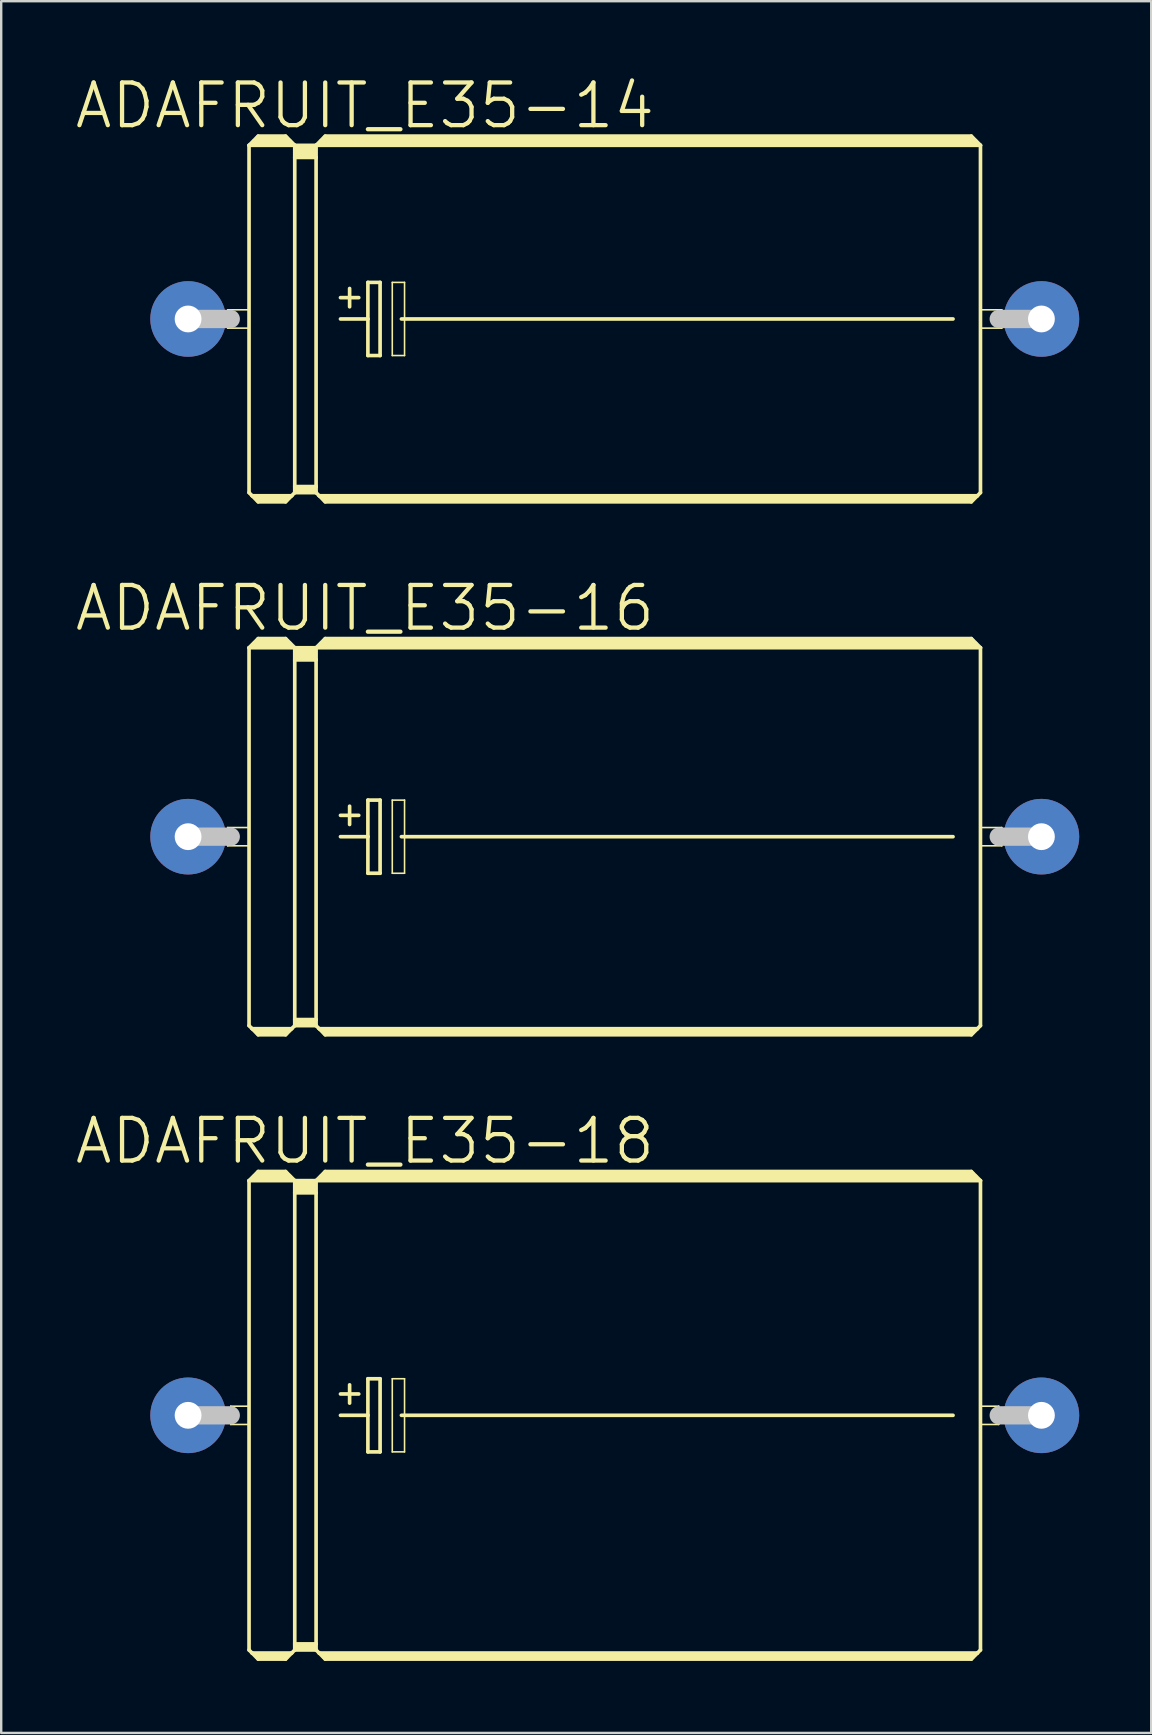
<source format=kicad_pcb>
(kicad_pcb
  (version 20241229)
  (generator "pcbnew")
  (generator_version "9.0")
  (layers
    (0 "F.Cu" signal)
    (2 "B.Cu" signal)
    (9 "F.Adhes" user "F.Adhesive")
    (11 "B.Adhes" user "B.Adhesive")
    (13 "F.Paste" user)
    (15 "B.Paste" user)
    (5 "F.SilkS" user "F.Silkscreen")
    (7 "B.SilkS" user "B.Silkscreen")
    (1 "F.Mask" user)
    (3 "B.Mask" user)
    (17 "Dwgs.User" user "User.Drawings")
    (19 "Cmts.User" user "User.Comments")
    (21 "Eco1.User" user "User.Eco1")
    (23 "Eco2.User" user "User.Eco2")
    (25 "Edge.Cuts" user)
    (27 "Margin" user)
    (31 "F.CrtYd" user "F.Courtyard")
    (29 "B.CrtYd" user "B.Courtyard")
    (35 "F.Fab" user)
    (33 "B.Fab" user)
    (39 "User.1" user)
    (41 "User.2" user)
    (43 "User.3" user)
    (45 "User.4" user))
  (footprint "ADAFRUIT_E35-16"
    (layer "F.Cu")
    (at 22.568 31.816)
    (property "Reference" "ADAFRUIT_E35-16" (at -10.414 -9.525 0) (layer "F.SilkS") (effects (font (size 1.778 1.778) (thickness 0.178))))
    (attr exclude_from_pos_files exclude_from_bom)
    (fp_line (start -16.129 -0.381) (end -15.24 -0.381) (stroke (width 0.066) (type solid)) (layer "F.SilkS"))
    (fp_line (start -16.129 0.381) (end -16.129 -0.381) (stroke (width 0.066) (type solid)) (layer "F.SilkS"))
    (fp_line (start -16.129 0.381) (end -15.24 0.381) (stroke (width 0.066) (type solid)) (layer "F.SilkS"))
    (fp_line (start -15.24 -7.874) (end -15.24 7.874) (stroke (width 0.152) (type solid)) (layer "F.SilkS"))
    (fp_line (start -15.24 -7.874) (end -14.859 -8.255) (stroke (width 0.152) (type solid)) (layer "F.SilkS"))
    (fp_line (start -15.24 -7.874) (end -13.335 -7.874) (stroke (width 0.152) (type solid)) (layer "F.SilkS"))
    (fp_line (start -15.24 0.381) (end -15.24 -0.381) (stroke (width 0.066) (type solid)) (layer "F.SilkS"))
    (fp_line (start -15.24 7.874) (end -15.113 8.001) (stroke (width 0.152) (type solid)) (layer "F.SilkS"))
    (fp_line (start -15.113 8.001) (end -14.859 8.255) (stroke (width 0.152) (type solid)) (layer "F.SilkS"))
    (fp_line (start -15.113 8.001) (end -13.462 8.001) (stroke (width 0.152) (type solid)) (layer "F.SilkS"))
    (fp_line (start -14.986 -8.001) (end -13.589 -8.001) (stroke (width 0.305) (type solid)) (layer "F.SilkS"))
    (fp_line (start -14.859 -8.255) (end -13.716 -8.255) (stroke (width 0.152) (type solid)) (layer "F.SilkS"))
    (fp_line (start -14.859 -8.128) (end -13.716 -8.128) (stroke (width 0.305) (type solid)) (layer "F.SilkS"))
    (fp_line (start -14.859 8.128) (end -13.716 8.128) (stroke (width 0.305) (type solid)) (layer "F.SilkS"))
    (fp_line (start -14.859 8.255) (end -13.716 8.255) (stroke (width 0.152) (type solid)) (layer "F.SilkS"))
    (fp_line (start -13.462 8.001) (end -13.716 8.255) (stroke (width 0.152) (type solid)) (layer "F.SilkS"))
    (fp_line (start -13.335 -7.874) (end -13.716 -8.255) (stroke (width 0.152) (type solid)) (layer "F.SilkS"))
    (fp_line (start -13.335 -7.874) (end -13.335 -7.366) (stroke (width 0.152) (type solid)) (layer "F.SilkS"))
    (fp_line (start -13.335 -7.874) (end -12.446 -7.874) (stroke (width 0.152) (type solid)) (layer "F.SilkS"))
    (fp_line (start -13.335 -7.366) (end -13.335 7.62) (stroke (width 0.152) (type solid)) (layer "F.SilkS"))
    (fp_line (start -13.335 -7.366) (end -12.446 -7.366) (stroke (width 0.152) (type solid)) (layer "F.SilkS"))
    (fp_line (start -13.335 7.62) (end -13.335 7.874) (stroke (width 0.152) (type solid)) (layer "F.SilkS"))
    (fp_line (start -13.335 7.62) (end -12.446 7.62) (stroke (width 0.152) (type solid)) (layer "F.SilkS"))
    (fp_line (start -13.335 7.874) (end -13.462 8.001) (stroke (width 0.152) (type solid)) (layer "F.SilkS"))
    (fp_line (start -13.335 7.874) (end -12.446 7.874) (stroke (width 0.152) (type solid)) (layer "F.SilkS"))
    (fp_line (start -13.208 -7.747) (end -12.573 -7.747) (stroke (width 0.305) (type solid)) (layer "F.SilkS"))
    (fp_line (start -13.208 -7.493) (end -12.573 -7.493) (stroke (width 0.305) (type solid)) (layer "F.SilkS"))
    (fp_line (start -13.208 7.747) (end -12.573 7.747) (stroke (width 0.305) (type solid)) (layer "F.SilkS"))
    (fp_line (start -12.446 -7.874) (end -12.446 -7.366) (stroke (width 0.152) (type solid)) (layer "F.SilkS"))
    (fp_line (start -12.446 -7.874) (end -12.065 -8.255) (stroke (width 0.152) (type solid)) (layer "F.SilkS"))
    (fp_line (start -12.446 -7.874) (end 15.24 -7.874) (stroke (width 0.152) (type solid)) (layer "F.SilkS"))
    (fp_line (start -12.446 -7.366) (end -12.446 7.62) (stroke (width 0.152) (type solid)) (layer "F.SilkS"))
    (fp_line (start -12.446 7.62) (end -12.446 7.874) (stroke (width 0.152) (type solid)) (layer "F.SilkS"))
    (fp_line (start -12.319 8.001) (end -12.446 7.874) (stroke (width 0.152) (type solid)) (layer "F.SilkS"))
    (fp_line (start -12.319 8.001) (end 15.113 8.001) (stroke (width 0.152) (type solid)) (layer "F.SilkS"))
    (fp_line (start -12.192 -8.001) (end 14.986 -8.001) (stroke (width 0.305) (type solid)) (layer "F.SilkS"))
    (fp_line (start -12.065 -8.128) (end 14.859 -8.128) (stroke (width 0.305) (type solid)) (layer "F.SilkS"))
    (fp_line (start -12.065 8.128) (end 14.859 8.128) (stroke (width 0.305) (type solid)) (layer "F.SilkS"))
    (fp_line (start -12.065 8.255) (end -12.319 8.001) (stroke (width 0.152) (type solid)) (layer "F.SilkS"))
    (fp_line (start -11.43 -0.889) (end -10.668 -0.889) (stroke (width 0.152) (type solid)) (layer "F.SilkS"))
    (fp_line (start -11.43 0) (end -10.287 0) (stroke (width 0.152) (type solid)) (layer "F.SilkS"))
    (fp_line (start -11.049 -1.27) (end -11.049 -0.508) (stroke (width 0.152) (type solid)) (layer "F.SilkS"))
    (fp_line (start -10.287 -1.524) (end -10.287 0) (stroke (width 0.152) (type solid)) (layer "F.SilkS"))
    (fp_line (start -10.287 0) (end -10.287 1.524) (stroke (width 0.152) (type solid)) (layer "F.SilkS"))
    (fp_line (start -10.287 1.524) (end -9.779 1.524) (stroke (width 0.152) (type solid)) (layer "F.SilkS"))
    (fp_line (start -9.779 -1.524) (end -10.287 -1.524) (stroke (width 0.152) (type solid)) (layer "F.SilkS"))
    (fp_line (start -9.779 1.524) (end -9.779 -1.524) (stroke (width 0.152) (type solid)) (layer "F.SilkS"))
    (fp_line (start -9.271 -1.524) (end -8.76 -1.524) (stroke (width 0.066) (type solid)) (layer "F.SilkS"))
    (fp_line (start -9.271 1.524) (end -9.271 -1.524) (stroke (width 0.066) (type solid)) (layer "F.SilkS"))
    (fp_line (start -9.271 1.524) (end -8.76 1.524) (stroke (width 0.066) (type solid)) (layer "F.SilkS"))
    (fp_line (start -8.89 0) (end 14.097 0) (stroke (width 0.152) (type solid)) (layer "F.SilkS"))
    (fp_line (start -8.76 1.524) (end -8.76 -1.524) (stroke (width 0.066) (type solid)) (layer "F.SilkS"))
    (fp_line (start 14.859 -8.255) (end -12.065 -8.255) (stroke (width 0.152) (type solid)) (layer "F.SilkS"))
    (fp_line (start 14.859 8.255) (end -12.065 8.255) (stroke (width 0.152) (type solid)) (layer "F.SilkS"))
    (fp_line (start 15.113 8.001) (end 14.859 8.255) (stroke (width 0.152) (type solid)) (layer "F.SilkS"))
    (fp_line (start 15.24 -7.874) (end 14.859 -8.255) (stroke (width 0.152) (type solid)) (layer "F.SilkS"))
    (fp_line (start 15.24 -7.874) (end 15.24 7.874) (stroke (width 0.152) (type solid)) (layer "F.SilkS"))
    (fp_line (start 15.24 -0.381) (end 16.129 -0.381) (stroke (width 0.066) (type solid)) (layer "F.SilkS"))
    (fp_line (start 15.24 0.381) (end 15.24 -0.381) (stroke (width 0.066) (type solid)) (layer "F.SilkS"))
    (fp_line (start 15.24 0.381) (end 16.129 0.381) (stroke (width 0.066) (type solid)) (layer "F.SilkS"))
    (fp_line (start 15.24 7.874) (end 15.113 8.001) (stroke (width 0.152) (type solid)) (layer "F.SilkS"))
    (fp_line (start 16.129 0.381) (end 16.129 -0.381) (stroke (width 0.066) (type solid)) (layer "F.SilkS"))
    (fp_line (start -17.78 0) (end -16.002 0) (stroke (width 0.762) (type solid)) (layer "Dwgs.User"))
    (fp_line (start 17.78 0) (end 16.002 0) (stroke (width 0.762) (type solid)) (layer "Dwgs.User"))
    (pad "+" thru_hole circle (at -17.78 0) (size 3.15 3.15) (drill 1.118) (layers "*.Cu" "*.Paste" "*.Mask"))
    (pad "-" thru_hole circle (at 17.78 0) (size 3.15 3.15) (drill 1.118) (layers "*.Cu" "*.Paste" "*.Mask")))
  (footprint "ADAFRUIT_E35-14"
    (layer "F.Cu")
    (at 22.568 10.242)
    (property "Reference" "ADAFRUIT_E35-14" (at -10.414 -8.89 0) (layer "F.SilkS") (effects (font (size 1.778 1.778) (thickness 0.178))))
    (attr exclude_from_pos_files exclude_from_bom)
    (fp_line (start -16.129 -0.381) (end -15.24 -0.381) (stroke (width 0.066) (type solid)) (layer "F.SilkS"))
    (fp_line (start -16.129 0.381) (end -16.129 -0.381) (stroke (width 0.066) (type solid)) (layer "F.SilkS"))
    (fp_line (start -16.129 0.381) (end -15.24 0.381) (stroke (width 0.066) (type solid)) (layer "F.SilkS"))
    (fp_line (start -15.24 -7.236) (end -15.24 7.236) (stroke (width 0.152) (type solid)) (layer "F.SilkS"))
    (fp_line (start -15.24 -7.236) (end -14.859 -7.62) (stroke (width 0.152) (type solid)) (layer "F.SilkS"))
    (fp_line (start -15.24 -7.236) (end -13.335 -7.236) (stroke (width 0.152) (type solid)) (layer "F.SilkS"))
    (fp_line (start -15.24 0.381) (end -15.24 -0.381) (stroke (width 0.066) (type solid)) (layer "F.SilkS"))
    (fp_line (start -15.24 7.236) (end -15.113 7.366) (stroke (width 0.152) (type solid)) (layer "F.SilkS"))
    (fp_line (start -15.113 7.366) (end -14.859 7.62) (stroke (width 0.152) (type solid)) (layer "F.SilkS"))
    (fp_line (start -15.113 7.366) (end -13.462 7.366) (stroke (width 0.152) (type solid)) (layer "F.SilkS"))
    (fp_line (start -14.986 -7.366) (end -13.589 -7.366) (stroke (width 0.305) (type solid)) (layer "F.SilkS"))
    (fp_line (start -14.859 -7.62) (end -13.716 -7.62) (stroke (width 0.152) (type solid)) (layer "F.SilkS"))
    (fp_line (start -14.859 -7.493) (end -13.716 -7.493) (stroke (width 0.305) (type solid)) (layer "F.SilkS"))
    (fp_line (start -14.859 7.493) (end -13.716 7.493) (stroke (width 0.305) (type solid)) (layer "F.SilkS"))
    (fp_line (start -14.859 7.62) (end -13.716 7.62) (stroke (width 0.152) (type solid)) (layer "F.SilkS"))
    (fp_line (start -13.462 7.366) (end -13.716 7.62) (stroke (width 0.152) (type solid)) (layer "F.SilkS"))
    (fp_line (start -13.335 -7.236) (end -13.716 -7.62) (stroke (width 0.152) (type solid)) (layer "F.SilkS"))
    (fp_line (start -13.335 -7.236) (end -13.335 -6.731) (stroke (width 0.152) (type solid)) (layer "F.SilkS"))
    (fp_line (start -13.335 -7.236) (end -12.446 -7.236) (stroke (width 0.152) (type solid)) (layer "F.SilkS"))
    (fp_line (start -13.335 -6.731) (end -13.335 6.985) (stroke (width 0.152) (type solid)) (layer "F.SilkS"))
    (fp_line (start -13.335 -6.731) (end -12.446 -6.731) (stroke (width 0.152) (type solid)) (layer "F.SilkS"))
    (fp_line (start -13.335 6.985) (end -13.335 7.236) (stroke (width 0.152) (type solid)) (layer "F.SilkS"))
    (fp_line (start -13.335 6.985) (end -12.446 6.985) (stroke (width 0.152) (type solid)) (layer "F.SilkS"))
    (fp_line (start -13.335 7.236) (end -13.462 7.366) (stroke (width 0.152) (type solid)) (layer "F.SilkS"))
    (fp_line (start -13.335 7.236) (end -12.446 7.236) (stroke (width 0.152) (type solid)) (layer "F.SilkS"))
    (fp_line (start -13.208 -7.112) (end -12.573 -7.112) (stroke (width 0.305) (type solid)) (layer "F.SilkS"))
    (fp_line (start -13.208 -6.858) (end -12.573 -6.858) (stroke (width 0.305) (type solid)) (layer "F.SilkS"))
    (fp_line (start -13.208 7.112) (end -12.573 7.112) (stroke (width 0.305) (type solid)) (layer "F.SilkS"))
    (fp_line (start -12.446 -7.236) (end -12.446 -6.731) (stroke (width 0.152) (type solid)) (layer "F.SilkS"))
    (fp_line (start -12.446 -7.236) (end -12.065 -7.62) (stroke (width 0.152) (type solid)) (layer "F.SilkS"))
    (fp_line (start -12.446 -7.236) (end 15.24 -7.236) (stroke (width 0.152) (type solid)) (layer "F.SilkS"))
    (fp_line (start -12.446 -6.731) (end -12.446 6.985) (stroke (width 0.152) (type solid)) (layer "F.SilkS"))
    (fp_line (start -12.446 6.985) (end -12.446 7.236) (stroke (width 0.152) (type solid)) (layer "F.SilkS"))
    (fp_line (start -12.319 7.366) (end -12.446 7.236) (stroke (width 0.152) (type solid)) (layer "F.SilkS"))
    (fp_line (start -12.319 7.366) (end 15.113 7.366) (stroke (width 0.152) (type solid)) (layer "F.SilkS"))
    (fp_line (start -12.192 -7.366) (end 14.986 -7.366) (stroke (width 0.305) (type solid)) (layer "F.SilkS"))
    (fp_line (start -12.065 -7.493) (end 14.859 -7.493) (stroke (width 0.305) (type solid)) (layer "F.SilkS"))
    (fp_line (start -12.065 7.493) (end 14.859 7.493) (stroke (width 0.305) (type solid)) (layer "F.SilkS"))
    (fp_line (start -12.065 7.62) (end -12.319 7.366) (stroke (width 0.152) (type solid)) (layer "F.SilkS"))
    (fp_line (start -11.43 -0.889) (end -10.668 -0.889) (stroke (width 0.152) (type solid)) (layer "F.SilkS"))
    (fp_line (start -11.43 0) (end -10.287 0) (stroke (width 0.152) (type solid)) (layer "F.SilkS"))
    (fp_line (start -11.049 -1.27) (end -11.049 -0.508) (stroke (width 0.152) (type solid)) (layer "F.SilkS"))
    (fp_line (start -10.287 -1.524) (end -10.287 0) (stroke (width 0.152) (type solid)) (layer "F.SilkS"))
    (fp_line (start -10.287 0) (end -10.287 1.524) (stroke (width 0.152) (type solid)) (layer "F.SilkS"))
    (fp_line (start -10.287 1.524) (end -9.779 1.524) (stroke (width 0.152) (type solid)) (layer "F.SilkS"))
    (fp_line (start -9.779 -1.524) (end -10.287 -1.524) (stroke (width 0.152) (type solid)) (layer "F.SilkS"))
    (fp_line (start -9.779 1.524) (end -9.779 -1.524) (stroke (width 0.152) (type solid)) (layer "F.SilkS"))
    (fp_line (start -9.271 -1.524) (end -8.76 -1.524) (stroke (width 0.066) (type solid)) (layer "F.SilkS"))
    (fp_line (start -9.271 1.524) (end -9.271 -1.524) (stroke (width 0.066) (type solid)) (layer "F.SilkS"))
    (fp_line (start -9.271 1.524) (end -8.76 1.524) (stroke (width 0.066) (type solid)) (layer "F.SilkS"))
    (fp_line (start -8.89 0) (end 14.097 0) (stroke (width 0.152) (type solid)) (layer "F.SilkS"))
    (fp_line (start -8.76 1.524) (end -8.76 -1.524) (stroke (width 0.066) (type solid)) (layer "F.SilkS"))
    (fp_line (start 14.859 -7.62) (end -12.065 -7.62) (stroke (width 0.152) (type solid)) (layer "F.SilkS"))
    (fp_line (start 14.859 7.62) (end -12.065 7.62) (stroke (width 0.152) (type solid)) (layer "F.SilkS"))
    (fp_line (start 15.113 7.366) (end 14.859 7.62) (stroke (width 0.152) (type solid)) (layer "F.SilkS"))
    (fp_line (start 15.24 -7.236) (end 14.859 -7.62) (stroke (width 0.152) (type solid)) (layer "F.SilkS"))
    (fp_line (start 15.24 -7.236) (end 15.24 7.236) (stroke (width 0.152) (type solid)) (layer "F.SilkS"))
    (fp_line (start 15.24 -0.381) (end 16.129 -0.381) (stroke (width 0.066) (type solid)) (layer "F.SilkS"))
    (fp_line (start 15.24 0.381) (end 15.24 -0.381) (stroke (width 0.066) (type solid)) (layer "F.SilkS"))
    (fp_line (start 15.24 0.381) (end 16.129 0.381) (stroke (width 0.066) (type solid)) (layer "F.SilkS"))
    (fp_line (start 15.24 7.236) (end 15.113 7.366) (stroke (width 0.152) (type solid)) (layer "F.SilkS"))
    (fp_line (start 16.129 0.381) (end 16.129 -0.381) (stroke (width 0.066) (type solid)) (layer "F.SilkS"))
    (fp_line (start -17.78 0) (end -16.002 0) (stroke (width 0.762) (type solid)) (layer "Dwgs.User"))
    (fp_line (start 17.78 0) (end 16.002 0) (stroke (width 0.762) (type solid)) (layer "Dwgs.User"))
    (pad "+" thru_hole circle (at -17.78 0) (size 3.15 3.15) (drill 1.118) (layers "*.Cu" "*.Paste" "*.Mask"))
    (pad "-" thru_hole circle (at 17.78 0) (size 3.15 3.15) (drill 1.118) (layers "*.Cu" "*.Paste" "*.Mask")))
  (footprint "ADAFRUIT_E35-18"
    (layer "F.Cu")
    (at 22.568 55.929)
    (property "Reference" "ADAFRUIT_E35-18" (at -10.414 -11.43 0) (layer "F.SilkS") (effects (font (size 1.778 1.778) (thickness 0.178))))
    (attr exclude_from_pos_files exclude_from_bom)
    (fp_line (start -16.002 -0.381) (end -15.24 -0.381) (stroke (width 0.066) (type solid)) (layer "F.SilkS"))
    (fp_line (start -16.002 0.381) (end -16.002 -0.381) (stroke (width 0.066) (type solid)) (layer "F.SilkS"))
    (fp_line (start -16.002 0.381) (end -15.24 0.381) (stroke (width 0.066) (type solid)) (layer "F.SilkS"))
    (fp_line (start -15.24 -9.779) (end -15.24 9.779) (stroke (width 0.152) (type solid)) (layer "F.SilkS"))
    (fp_line (start -15.24 -9.779) (end -14.859 -10.16) (stroke (width 0.152) (type solid)) (layer "F.SilkS"))
    (fp_line (start -15.24 -9.779) (end -13.335 -9.779) (stroke (width 0.152) (type solid)) (layer "F.SilkS"))
    (fp_line (start -15.24 0.381) (end -15.24 -0.381) (stroke (width 0.066) (type solid)) (layer "F.SilkS"))
    (fp_line (start -15.24 9.779) (end -15.113 9.906) (stroke (width 0.152) (type solid)) (layer "F.SilkS"))
    (fp_line (start -15.113 9.906) (end -14.859 10.16) (stroke (width 0.152) (type solid)) (layer "F.SilkS"))
    (fp_line (start -15.113 9.906) (end -13.462 9.906) (stroke (width 0.152) (type solid)) (layer "F.SilkS"))
    (fp_line (start -14.986 -9.906) (end -13.589 -9.906) (stroke (width 0.305) (type solid)) (layer "F.SilkS"))
    (fp_line (start -14.859 -10.16) (end -13.716 -10.16) (stroke (width 0.152) (type solid)) (layer "F.SilkS"))
    (fp_line (start -14.859 -10.033) (end -13.716 -10.033) (stroke (width 0.305) (type solid)) (layer "F.SilkS"))
    (fp_line (start -14.859 10.033) (end -13.716 10.033) (stroke (width 0.305) (type solid)) (layer "F.SilkS"))
    (fp_line (start -14.859 10.16) (end -13.716 10.16) (stroke (width 0.152) (type solid)) (layer "F.SilkS"))
    (fp_line (start -13.462 9.906) (end -13.716 10.16) (stroke (width 0.152) (type solid)) (layer "F.SilkS"))
    (fp_line (start -13.335 -9.779) (end -13.716 -10.16) (stroke (width 0.152) (type solid)) (layer "F.SilkS"))
    (fp_line (start -13.335 -9.779) (end -13.335 -9.271) (stroke (width 0.152) (type solid)) (layer "F.SilkS"))
    (fp_line (start -13.335 -9.779) (end -12.446 -9.779) (stroke (width 0.152) (type solid)) (layer "F.SilkS"))
    (fp_line (start -13.335 -9.271) (end -13.335 9.525) (stroke (width 0.152) (type solid)) (layer "F.SilkS"))
    (fp_line (start -13.335 -9.271) (end -12.446 -9.271) (stroke (width 0.152) (type solid)) (layer "F.SilkS"))
    (fp_line (start -13.335 9.525) (end -13.335 9.779) (stroke (width 0.152) (type solid)) (layer "F.SilkS"))
    (fp_line (start -13.335 9.525) (end -12.446 9.525) (stroke (width 0.152) (type solid)) (layer "F.SilkS"))
    (fp_line (start -13.335 9.779) (end -13.462 9.906) (stroke (width 0.152) (type solid)) (layer "F.SilkS"))
    (fp_line (start -13.335 9.779) (end -12.446 9.779) (stroke (width 0.152) (type solid)) (layer "F.SilkS"))
    (fp_line (start -13.208 -9.652) (end -12.573 -9.652) (stroke (width 0.305) (type solid)) (layer "F.SilkS"))
    (fp_line (start -13.208 -9.398) (end -12.573 -9.398) (stroke (width 0.305) (type solid)) (layer "F.SilkS"))
    (fp_line (start -13.208 9.652) (end -12.573 9.652) (stroke (width 0.305) (type solid)) (layer "F.SilkS"))
    (fp_line (start -12.446 -9.779) (end -12.446 -9.271) (stroke (width 0.152) (type solid)) (layer "F.SilkS"))
    (fp_line (start -12.446 -9.779) (end -12.065 -10.16) (stroke (width 0.152) (type solid)) (layer "F.SilkS"))
    (fp_line (start -12.446 -9.779) (end 15.24 -9.779) (stroke (width 0.152) (type solid)) (layer "F.SilkS"))
    (fp_line (start -12.446 -9.271) (end -12.446 9.525) (stroke (width 0.152) (type solid)) (layer "F.SilkS"))
    (fp_line (start -12.446 9.525) (end -12.446 9.779) (stroke (width 0.152) (type solid)) (layer "F.SilkS"))
    (fp_line (start -12.319 9.906) (end -12.446 9.779) (stroke (width 0.152) (type solid)) (layer "F.SilkS"))
    (fp_line (start -12.319 9.906) (end 15.113 9.906) (stroke (width 0.152) (type solid)) (layer "F.SilkS"))
    (fp_line (start -12.192 -9.906) (end 14.986 -9.906) (stroke (width 0.305) (type solid)) (layer "F.SilkS"))
    (fp_line (start -12.065 -10.033) (end 14.859 -10.033) (stroke (width 0.305) (type solid)) (layer "F.SilkS"))
    (fp_line (start -12.065 10.033) (end 14.859 10.033) (stroke (width 0.305) (type solid)) (layer "F.SilkS"))
    (fp_line (start -12.065 10.16) (end -12.319 9.906) (stroke (width 0.152) (type solid)) (layer "F.SilkS"))
    (fp_line (start -11.43 -0.889) (end -10.668 -0.889) (stroke (width 0.152) (type solid)) (layer "F.SilkS"))
    (fp_line (start -11.43 0) (end -10.287 0) (stroke (width 0.152) (type solid)) (layer "F.SilkS"))
    (fp_line (start -11.049 -1.27) (end -11.049 -0.508) (stroke (width 0.152) (type solid)) (layer "F.SilkS"))
    (fp_line (start -10.287 -1.524) (end -10.287 0) (stroke (width 0.152) (type solid)) (layer "F.SilkS"))
    (fp_line (start -10.287 0) (end -10.287 1.524) (stroke (width 0.152) (type solid)) (layer "F.SilkS"))
    (fp_line (start -10.287 1.524) (end -9.779 1.524) (stroke (width 0.152) (type solid)) (layer "F.SilkS"))
    (fp_line (start -9.779 -1.524) (end -10.287 -1.524) (stroke (width 0.152) (type solid)) (layer "F.SilkS"))
    (fp_line (start -9.779 1.524) (end -9.779 -1.524) (stroke (width 0.152) (type solid)) (layer "F.SilkS"))
    (fp_line (start -9.271 -1.524) (end -8.76 -1.524) (stroke (width 0.066) (type solid)) (layer "F.SilkS"))
    (fp_line (start -9.271 1.524) (end -9.271 -1.524) (stroke (width 0.066) (type solid)) (layer "F.SilkS"))
    (fp_line (start -9.271 1.524) (end -8.76 1.524) (stroke (width 0.066) (type solid)) (layer "F.SilkS"))
    (fp_line (start -8.89 0) (end 14.097 0) (stroke (width 0.152) (type solid)) (layer "F.SilkS"))
    (fp_line (start -8.76 1.524) (end -8.76 -1.524) (stroke (width 0.066) (type solid)) (layer "F.SilkS"))
    (fp_line (start 14.859 -10.16) (end -12.065 -10.16) (stroke (width 0.152) (type solid)) (layer "F.SilkS"))
    (fp_line (start 14.859 10.16) (end -12.065 10.16) (stroke (width 0.152) (type solid)) (layer "F.SilkS"))
    (fp_line (start 15.113 9.906) (end 14.859 10.16) (stroke (width 0.152) (type solid)) (layer "F.SilkS"))
    (fp_line (start 15.24 -9.779) (end 14.859 -10.16) (stroke (width 0.152) (type solid)) (layer "F.SilkS"))
    (fp_line (start 15.24 -9.779) (end 15.24 9.779) (stroke (width 0.152) (type solid)) (layer "F.SilkS"))
    (fp_line (start 15.24 -0.381) (end 16.002 -0.381) (stroke (width 0.066) (type solid)) (layer "F.SilkS"))
    (fp_line (start 15.24 0.381) (end 15.24 -0.381) (stroke (width 0.066) (type solid)) (layer "F.SilkS"))
    (fp_line (start 15.24 0.381) (end 16.002 0.381) (stroke (width 0.066) (type solid)) (layer "F.SilkS"))
    (fp_line (start 15.24 9.779) (end 15.113 9.906) (stroke (width 0.152) (type solid)) (layer "F.SilkS"))
    (fp_line (start 16.002 0.381) (end 16.002 -0.381) (stroke (width 0.066) (type solid)) (layer "F.SilkS"))
    (fp_line (start -17.78 0) (end -16.002 0) (stroke (width 0.762) (type solid)) (layer "Dwgs.User"))
    (fp_line (start 17.78 0) (end 16.002 0) (stroke (width 0.762) (type solid)) (layer "Dwgs.User"))
    (pad "+" thru_hole circle (at -17.78 0) (size 3.15 3.15) (drill 1.118) (layers "*.Cu" "*.Paste" "*.Mask"))
    (pad "-" thru_hole circle (at 17.78 0) (size 3.15 3.15) (drill 1.118) (layers "*.Cu" "*.Paste" "*.Mask")))
  (gr_rect
    (start -3 -3)
    (end 44.923 69.165)
    (stroke (width 0.1) (type default))
    (fill no)
    (layer "Edge.Cuts")))
</source>
